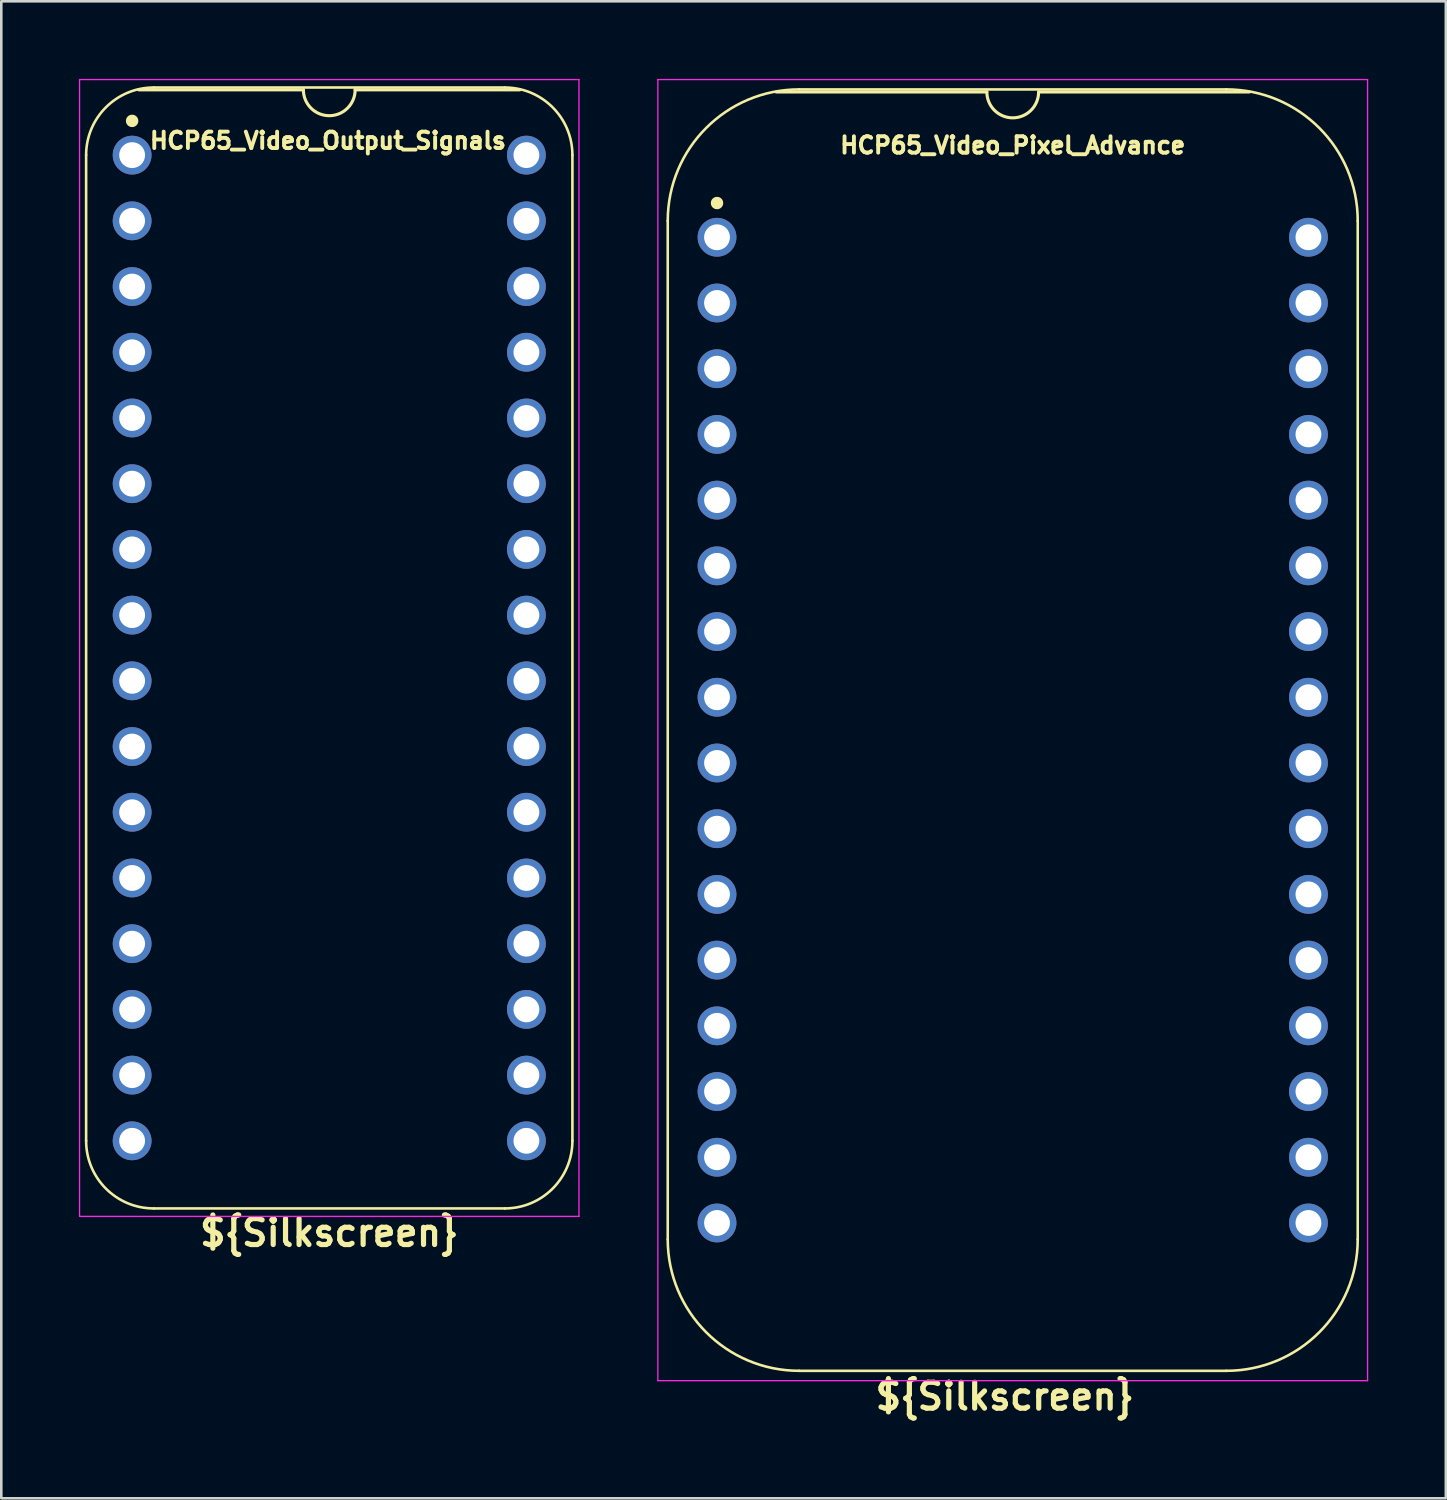
<source format=kicad_pcb>
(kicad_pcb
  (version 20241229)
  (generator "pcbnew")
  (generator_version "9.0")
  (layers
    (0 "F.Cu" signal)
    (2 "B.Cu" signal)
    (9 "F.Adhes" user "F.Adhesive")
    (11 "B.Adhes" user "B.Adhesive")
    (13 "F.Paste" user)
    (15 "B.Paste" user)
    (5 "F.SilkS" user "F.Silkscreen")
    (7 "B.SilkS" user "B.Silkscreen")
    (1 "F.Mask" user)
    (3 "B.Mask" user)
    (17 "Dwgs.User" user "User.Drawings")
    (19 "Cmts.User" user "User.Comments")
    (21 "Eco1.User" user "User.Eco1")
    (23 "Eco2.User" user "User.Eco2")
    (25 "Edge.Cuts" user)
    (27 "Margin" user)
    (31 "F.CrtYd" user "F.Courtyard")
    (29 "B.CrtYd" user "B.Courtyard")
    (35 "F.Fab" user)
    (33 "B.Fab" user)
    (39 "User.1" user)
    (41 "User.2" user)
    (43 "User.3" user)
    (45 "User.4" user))
  (footprint "HCP65_Video_Output_Signals"
    (layer "F.Cu")
    (at 2.057 2.946)
    (property "Reference" "HCP65_Video_Output_Signals" (at 7.569 -0.559 0) (layer "F.SilkS") (effects (font (size 0.635 0.635) (thickness 0.15))))
    (property "Silkscreen" "${Silkscreen}" (at 7.62 41.656 0) (layer "F.SilkS") (effects (font (size 1 1) (thickness 0.2))))
    (attr through_hole)
    (fp_line (start -1.778 38.1) (end -1.778 0) (stroke (width 0.1) (type solid)) (layer "F.SilkS"))
    (fp_line (start 0.836 -2.614) (end 14.404 -2.614) (stroke (width 0.1) (type solid)) (layer "F.SilkS"))
    (fp_line (start 6.62 -2.524) (end 0.254 -2.524) (stroke (width 0.12) (type solid)) (layer "F.SilkS"))
    (fp_line (start 14.404 40.714) (end 0.836 40.714) (stroke (width 0.1) (type solid)) (layer "F.SilkS"))
    (fp_line (start 14.986 -2.524) (end 8.62 -2.524) (stroke (width 0.12) (type solid)) (layer "F.SilkS"))
    (fp_line (start 17.018 38.1) (end 17.018 -0.000001) (stroke (width 0.1) (type solid)) (layer "F.SilkS"))
    (fp_arc (start -1.778 0) (mid -1.012456 -1.848188) (end 0.835732 -2.613732) (stroke (width 0.1) (type solid)) (layer "F.SilkS"))
    (fp_arc (start 0.835733 40.713733) (mid -1.012456 39.948189) (end -1.778 38.1) (stroke (width 0.1) (type solid)) (layer "F.SilkS"))
    (fp_arc (start 8.62 -2.524) (mid 7.62 -1.524) (end 6.62 -2.524) (stroke (width 0.12) (type solid)) (layer "F.SilkS"))
    (fp_arc (start 14.404267 -2.613733) (mid 16.252455 -1.848189) (end 17.017999 -0.000001) (stroke (width 0.1) (type solid)) (layer "F.SilkS"))
    (fp_arc (start 17.018 38.1) (mid 16.252455 39.948187) (end 14.404268 40.713732) (stroke (width 0.1) (type solid)) (layer "F.SilkS"))
    (fp_circle (center 0 -1.323) (end 0.18 -1.323) (stroke (width 0.12) (type solid)) (fill yes) (layer "F.SilkS"))
    (fp_line (start -2.032 -2.921) (end -2.032 41.021) (stroke (width 0.05) (type solid)) (layer "F.CrtYd"))
    (fp_line (start -2.032 -2.921) (end 17.272 -2.921) (stroke (width 0.05) (type solid)) (layer "F.CrtYd"))
    (fp_line (start -2.032 41.021) (end 17.272 41.021) (stroke (width 0.05) (type solid)) (layer "F.CrtYd"))
    (fp_line (start 17.272 -2.921) (end 17.272 41.021) (stroke (width 0.05) (type solid)) (layer "F.CrtYd"))
    (pad "1" thru_hole circle (at 0 0) (size 1.5 1.5) (drill 1) (layers "*.Cu" "*.Mask"))
    (pad "2" thru_hole circle (at 0 2.54) (size 1.5 1.5) (drill 1) (layers "*.Cu" "*.Mask"))
    (pad "3" thru_hole circle (at 0 5.08) (size 1.5 1.5) (drill 1) (layers "*.Cu" "*.Mask"))
    (pad "4" thru_hole circle (at 0 7.62) (size 1.5 1.5) (drill 1) (layers "*.Cu" "*.Mask"))
    (pad "5" thru_hole circle (at 0 10.16) (size 1.5 1.5) (drill 1) (layers "*.Cu" "*.Mask"))
    (pad "6" thru_hole circle (at 0 12.7) (size 1.5 1.5) (drill 1) (layers "*.Cu" "*.Mask"))
    (pad "7" thru_hole circle (at 0 15.24) (size 1.5 1.5) (drill 1) (layers "*.Cu" "*.Mask"))
    (pad "8" thru_hole circle (at 0 17.78) (size 1.5 1.5) (drill 1) (layers "*.Cu" "*.Mask"))
    (pad "9" thru_hole circle (at 0 20.32) (size 1.5 1.5) (drill 1) (layers "*.Cu" "*.Mask"))
    (pad "10" thru_hole circle (at 0 22.86) (size 1.5 1.5) (drill 1) (layers "*.Cu" "*.Mask"))
    (pad "11" thru_hole circle (at 0 25.4) (size 1.5 1.5) (drill 1) (layers "*.Cu" "*.Mask"))
    (pad "12" thru_hole circle (at 0 27.94) (size 1.5 1.5) (drill 1) (layers "*.Cu" "*.Mask"))
    (pad "13" thru_hole circle (at 0 30.48) (size 1.5 1.5) (drill 1) (layers "*.Cu" "*.Mask"))
    (pad "14" thru_hole circle (at 0 33.02) (size 1.5 1.5) (drill 1) (layers "*.Cu" "*.Mask"))
    (pad "15" thru_hole circle (at 0 35.56) (size 1.5 1.5) (drill 1) (layers "*.Cu" "*.Mask"))
    (pad "16" thru_hole circle (at 0 38.1) (size 1.5 1.5) (drill 1) (layers "*.Cu" "*.Mask"))
    (pad "17" thru_hole circle (at 15.24 38.1) (size 1.5 1.5) (drill 1) (layers "*.Cu" "*.Mask"))
    (pad "18" thru_hole circle (at 15.24 35.56) (size 1.5 1.5) (drill 1) (layers "*.Cu" "*.Mask"))
    (pad "19" thru_hole circle (at 15.24 33.02) (size 1.5 1.5) (drill 1) (layers "*.Cu" "*.Mask"))
    (pad "20" thru_hole circle (at 15.24 30.48) (size 1.5 1.5) (drill 1) (layers "*.Cu" "*.Mask"))
    (pad "21" thru_hole circle (at 15.24 27.94) (size 1.5 1.5) (drill 1) (layers "*.Cu" "*.Mask"))
    (pad "22" thru_hole circle (at 15.24 25.4) (size 1.5 1.5) (drill 1) (layers "*.Cu" "*.Mask"))
    (pad "23" thru_hole circle (at 15.24 22.86) (size 1.5 1.5) (drill 1) (layers "*.Cu" "*.Mask"))
    (pad "24" thru_hole circle (at 15.24 20.32) (size 1.5 1.5) (drill 1) (layers "*.Cu" "*.Mask"))
    (pad "25" thru_hole circle (at 15.24 17.78) (size 1.5 1.5) (drill 1) (layers "*.Cu" "*.Mask"))
    (pad "26" thru_hole circle (at 15.24 15.24) (size 1.5 1.5) (drill 1) (layers "*.Cu" "*.Mask"))
    (pad "27" thru_hole circle (at 15.24 12.7) (size 1.5 1.5) (drill 1) (layers "*.Cu" "*.Mask"))
    (pad "28" thru_hole circle (at 15.24 10.16) (size 1.5 1.5) (drill 1) (layers "*.Cu" "*.Mask"))
    (pad "29" thru_hole circle (at 15.24 7.62) (size 1.5 1.5) (drill 1) (layers "*.Cu" "*.Mask"))
    (pad "30" thru_hole circle (at 15.24 5.08) (size 1.5 1.5) (drill 1) (layers "*.Cu" "*.Mask"))
    (pad "31" thru_hole circle (at 15.24 2.54) (size 1.5 1.5) (drill 1) (layers "*.Cu" "*.Mask"))
    (pad "32" thru_hole circle (at 15.24 0) (size 1.5 1.5) (drill 1) (layers "*.Cu" "*.Mask")))
  (footprint "HCP65_Video_Pixel_Advance"
    (layer "F.Cu")
    (at 24.665 6.121)
    (property "Reference" "HCP65_Video_Pixel_Advance" (at 11.43 -3.556 0) (layer "F.SilkS") (effects (font (size 0.635 0.635) (thickness 0.15))))
    (property "Silkscreen" "${Silkscreen}" (at 11.125 44.806 0) (layer "F.SilkS") (effects (font (size 1 1) (thickness 0.2))))
    (attr through_hole)
    (fp_line (start -1.905 -0.635) (end -1.905 38.735) (stroke (width 0.1) (type solid)) (layer "F.SilkS"))
    (fp_line (start 10.43 -5.616) (end 2.286 -5.616) (stroke (width 0.12) (type solid)) (layer "F.SilkS"))
    (fp_line (start 19.685 -5.715) (end 3.175 -5.715) (stroke (width 0.1) (type solid)) (layer "F.SilkS"))
    (fp_line (start 19.685 43.815) (end 3.175 43.815) (stroke (width 0.1) (type solid)) (layer "F.SilkS"))
    (fp_line (start 20.574 -5.616) (end 12.43 -5.616) (stroke (width 0.12) (type solid)) (layer "F.SilkS"))
    (fp_line (start 24.765 38.735) (end 24.765 -0.635) (stroke (width 0.1) (type solid)) (layer "F.SilkS"))
    (fp_arc (start -1.905 -0.635) (mid -0.417102 -4.227102) (end 3.175 -5.715) (stroke (width 0.1) (type solid)) (layer "F.SilkS"))
    (fp_arc (start 3.175 43.815) (mid -0.417102 42.327102) (end -1.905 38.735) (stroke (width 0.1) (type solid)) (layer "F.SilkS"))
    (fp_arc (start 12.43 -5.616) (mid 11.43 -4.616) (end 10.43 -5.616) (stroke (width 0.12) (type solid)) (layer "F.SilkS"))
    (fp_arc (start 19.685 -5.715) (mid 23.277102 -4.227102) (end 24.765 -0.635) (stroke (width 0.1) (type solid)) (layer "F.SilkS"))
    (fp_arc (start 24.765 38.735) (mid 23.277102 42.327102) (end 19.685 43.815) (stroke (width 0.1) (type solid)) (layer "F.SilkS"))
    (fp_circle (center 0 -1.323) (end 0.18 -1.323) (stroke (width 0.12) (type solid)) (fill yes) (layer "F.SilkS"))
    (fp_line (start -2.286 -6.096) (end -2.286 44.196) (stroke (width 0.05) (type solid)) (layer "F.CrtYd"))
    (fp_line (start -2.286 -6.096) (end 25.146 -6.096) (stroke (width 0.05) (type solid)) (layer "F.CrtYd"))
    (fp_line (start -2.286 44.196) (end 25.146 44.196) (stroke (width 0.05) (type solid)) (layer "F.CrtYd"))
    (fp_line (start 25.146 44.196) (end 25.146 -6.096) (stroke (width 0.05) (type solid)) (layer "F.CrtYd"))
    (pad "1" thru_hole circle (at 0 0) (size 1.5 1.5) (drill 1) (layers "*.Cu" "*.Mask"))
    (pad "2" thru_hole circle (at 0 2.54) (size 1.5 1.5) (drill 1) (layers "*.Cu" "*.Mask"))
    (pad "3" thru_hole circle (at 0 5.08) (size 1.5 1.5) (drill 1) (layers "*.Cu" "*.Mask"))
    (pad "4" thru_hole circle (at 0 7.62) (size 1.5 1.5) (drill 1) (layers "*.Cu" "*.Mask"))
    (pad "5" thru_hole circle (at 0 10.16) (size 1.5 1.5) (drill 1) (layers "*.Cu" "*.Mask"))
    (pad "6" thru_hole circle (at 0 12.7) (size 1.5 1.5) (drill 1) (layers "*.Cu" "*.Mask"))
    (pad "7" thru_hole circle (at 0 15.24) (size 1.5 1.5) (drill 1) (layers "*.Cu" "*.Mask"))
    (pad "8" thru_hole circle (at 0 17.78) (size 1.5 1.5) (drill 1) (layers "*.Cu" "*.Mask"))
    (pad "9" thru_hole circle (at 0 20.32) (size 1.5 1.5) (drill 1) (layers "*.Cu" "*.Mask"))
    (pad "10" thru_hole circle (at 0 22.86) (size 1.5 1.5) (drill 1) (layers "*.Cu" "*.Mask"))
    (pad "11" thru_hole circle (at 0 25.4) (size 1.5 1.5) (drill 1) (layers "*.Cu" "*.Mask"))
    (pad "12" thru_hole circle (at 0 27.94) (size 1.5 1.5) (drill 1) (layers "*.Cu" "*.Mask"))
    (pad "13" thru_hole circle (at 0 30.48) (size 1.5 1.5) (drill 1) (layers "*.Cu" "*.Mask"))
    (pad "14" thru_hole circle (at 0 33.02) (size 1.5 1.5) (drill 1) (layers "*.Cu" "*.Mask"))
    (pad "15" thru_hole circle (at 0 35.56) (size 1.5 1.5) (drill 1) (layers "*.Cu" "*.Mask"))
    (pad "16" thru_hole circle (at 0 38.1) (size 1.5 1.5) (drill 1) (layers "*.Cu" "*.Mask"))
    (pad "17" thru_hole circle (at 22.86 38.1) (size 1.5 1.5) (drill 1) (layers "*.Cu" "*.Mask"))
    (pad "18" thru_hole circle (at 22.86 35.56) (size 1.5 1.5) (drill 1) (layers "*.Cu" "*.Mask"))
    (pad "19" thru_hole circle (at 22.86 33.02) (size 1.5 1.5) (drill 1) (layers "*.Cu" "*.Mask"))
    (pad "20" thru_hole circle (at 22.86 30.48) (size 1.5 1.5) (drill 1) (layers "*.Cu" "*.Mask"))
    (pad "21" thru_hole circle (at 22.86 27.94) (size 1.5 1.5) (drill 1) (layers "*.Cu" "*.Mask"))
    (pad "22" thru_hole circle (at 22.86 25.4) (size 1.5 1.5) (drill 1) (layers "*.Cu" "*.Mask"))
    (pad "23" thru_hole circle (at 22.86 22.86) (size 1.5 1.5) (drill 1) (layers "*.Cu" "*.Mask"))
    (pad "24" thru_hole circle (at 22.86 20.32) (size 1.5 1.5) (drill 1) (layers "*.Cu" "*.Mask"))
    (pad "25" thru_hole circle (at 22.86 17.78) (size 1.5 1.5) (drill 1) (layers "*.Cu" "*.Mask"))
    (pad "26" thru_hole circle (at 22.86 15.24) (size 1.5 1.5) (drill 1) (layers "*.Cu" "*.Mask"))
    (pad "27" thru_hole circle (at 22.86 12.7) (size 1.5 1.5) (drill 1) (layers "*.Cu" "*.Mask"))
    (pad "28" thru_hole circle (at 22.86 10.16) (size 1.5 1.5) (drill 1) (layers "*.Cu" "*.Mask"))
    (pad "29" thru_hole circle (at 22.86 7.62) (size 1.5 1.5) (drill 1) (layers "*.Cu" "*.Mask"))
    (pad "30" thru_hole circle (at 22.86 5.08) (size 1.5 1.5) (drill 1) (layers "*.Cu" "*.Mask"))
    (pad "31" thru_hole circle (at 22.86 2.54) (size 1.5 1.5) (drill 1) (layers "*.Cu" "*.Mask"))
    (pad "32" thru_hole circle (at 22.86 0) (size 1.5 1.5) (drill 1) (layers "*.Cu" "*.Mask")))
  (gr_rect
    (start -3 -3)
    (end 52.836 54.863)
    (stroke (width 0.1) (type default))
    (fill no)
    (layer "Edge.Cuts")))
</source>
